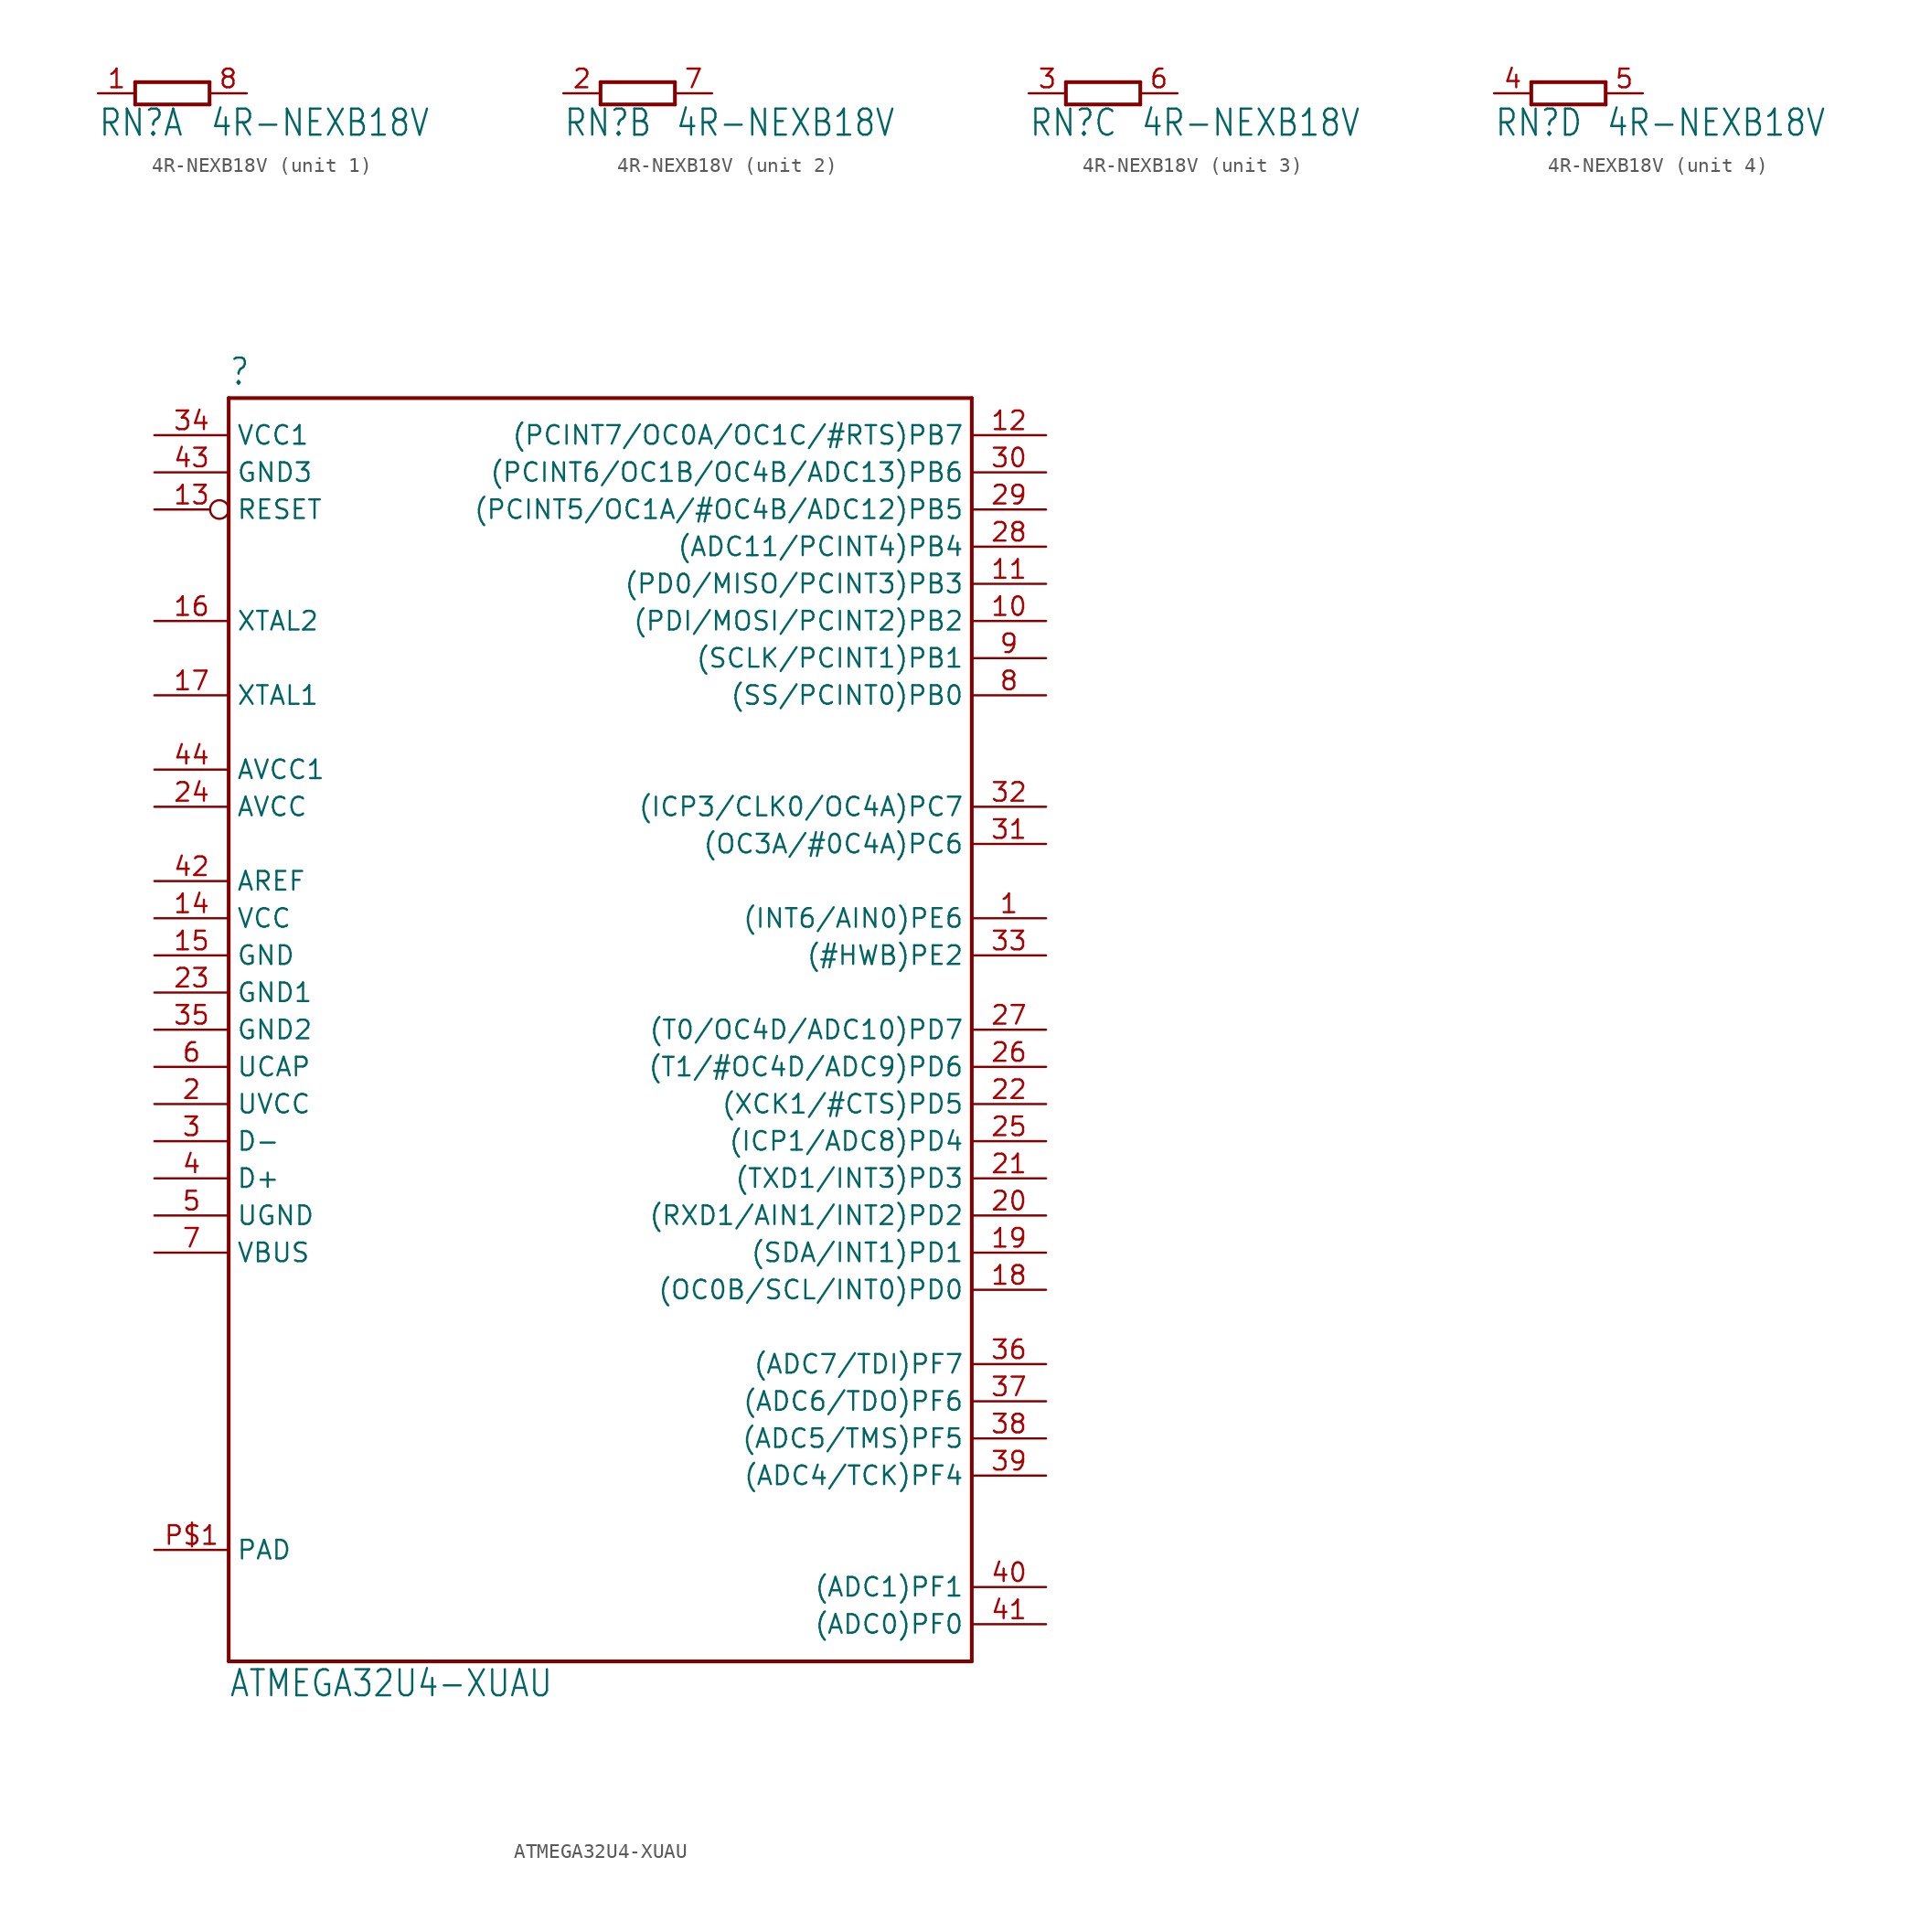
<source format=kicad_sym>
(kicad_symbol_lib
  (version 20211014)
  (generator kicad_symbol_editor)
  (symbol "4R-NEXB18V"
    (property "Reference" "RN"
      (at -5.08 -3.048 0)
      (effects (font (size 1.778 1.511)) (justify left bottom)))
    (property "Value" "4R-NEXB18V"
      (at 2.54 -3.048 0)
      (effects (font (size 1.778 1.511)) (justify left bottom)))
    (property "ki_locked" ""
      (at 0 0 0)
      (effects (font (size 1.27 1.27))))
    (symbol "4R-NEXB18V_1_0"
      (polyline (pts (xy -2.54 -0.762) (xy 2.54 -0.762)) (stroke (width 0.254) (type default) (color 0 0 0 0)) (fill (type none)))
      (polyline (pts (xy -2.54 0.762) (xy -2.54 -0.762)) (stroke (width 0.254) (type default) (color 0 0 0 0)) (fill (type none)))
      (polyline (pts (xy 2.54 -0.762) (xy 2.54 0.762)) (stroke (width 0.254) (type default) (color 0 0 0 0)) (fill (type none)))
      (polyline (pts (xy 2.54 0.762) (xy -2.54 0.762)) (stroke (width 0.254) (type default) (color 0 0 0 0)) (fill (type none)))
      (pin passive line (at -5.08 0 0) (length 2.54) (name "1" (effects (font (size 0 0)))) (number "1" (effects (font (size 1.27 1.27)))))
      (pin passive line (at 5.08 0 180) (length 2.54) (name "2" (effects (font (size 0 0)))) (number "8" (effects (font (size 1.27 1.27))))))
    (symbol "4R-NEXB18V_2_0"
      (polyline (pts (xy -2.54 -0.762) (xy 2.54 -0.762)) (stroke (width 0.254) (type default) (color 0 0 0 0)) (fill (type none)))
      (polyline (pts (xy -2.54 0.762) (xy -2.54 -0.762)) (stroke (width 0.254) (type default) (color 0 0 0 0)) (fill (type none)))
      (polyline (pts (xy 2.54 -0.762) (xy 2.54 0.762)) (stroke (width 0.254) (type default) (color 0 0 0 0)) (fill (type none)))
      (polyline (pts (xy 2.54 0.762) (xy -2.54 0.762)) (stroke (width 0.254) (type default) (color 0 0 0 0)) (fill (type none)))
      (pin passive line (at -5.08 0 0) (length 2.54) (name "1" (effects (font (size 0 0)))) (number "2" (effects (font (size 1.27 1.27)))))
      (pin passive line (at 5.08 0 180) (length 2.54) (name "2" (effects (font (size 0 0)))) (number "7" (effects (font (size 1.27 1.27))))))
    (symbol "4R-NEXB18V_3_0"
      (polyline (pts (xy -2.54 -0.762) (xy 2.54 -0.762)) (stroke (width 0.254) (type default) (color 0 0 0 0)) (fill (type none)))
      (polyline (pts (xy -2.54 0.762) (xy -2.54 -0.762)) (stroke (width 0.254) (type default) (color 0 0 0 0)) (fill (type none)))
      (polyline (pts (xy 2.54 -0.762) (xy 2.54 0.762)) (stroke (width 0.254) (type default) (color 0 0 0 0)) (fill (type none)))
      (polyline (pts (xy 2.54 0.762) (xy -2.54 0.762)) (stroke (width 0.254) (type default) (color 0 0 0 0)) (fill (type none)))
      (pin passive line (at -5.08 0 0) (length 2.54) (name "1" (effects (font (size 0 0)))) (number "3" (effects (font (size 1.27 1.27)))))
      (pin passive line (at 5.08 0 180) (length 2.54) (name "2" (effects (font (size 0 0)))) (number "6" (effects (font (size 1.27 1.27))))))
    (symbol "4R-NEXB18V_4_0"
      (polyline (pts (xy -2.54 -0.762) (xy 2.54 -0.762)) (stroke (width 0.254) (type default) (color 0 0 0 0)) (fill (type none)))
      (polyline (pts (xy -2.54 0.762) (xy -2.54 -0.762)) (stroke (width 0.254) (type default) (color 0 0 0 0)) (fill (type none)))
      (polyline (pts (xy 2.54 -0.762) (xy 2.54 0.762)) (stroke (width 0.254) (type default) (color 0 0 0 0)) (fill (type none)))
      (polyline (pts (xy 2.54 0.762) (xy -2.54 0.762)) (stroke (width 0.254) (type default) (color 0 0 0 0)) (fill (type none)))
      (pin passive line (at -5.08 0 0) (length 2.54) (name "1" (effects (font (size 0 0)))) (number "4" (effects (font (size 1.27 1.27)))))
      (pin passive line (at 5.08 0 180) (length 2.54) (name "2" (effects (font (size 0 0)))) (number "5" (effects (font (size 1.27 1.27)))))))
  (symbol "ATMEGA32U4-XUAU"
    (property "Reference" ""
      (at -20.32 26.162 0)
      (effects (font (size 1.778 1.511)) (justify left bottom)))
    (property "Value" "ATMEGA32U4-XUAU"
      (at -20.32 -63.5 0)
      (effects (font (size 1.778 1.511)) (justify left bottom)))
    (property "ki_locked" ""
      (at 0 0 0)
      (effects (font (size 1.27 1.27))))
    (symbol "ATMEGA32U4-XUAU_1_0"
      (polyline (pts (xy -20.32 -60.96) (xy -20.32 25.4)) (stroke (width 0.254) (type default) (color 0 0 0 0)) (fill (type none)))
      (polyline (pts (xy -20.32 25.4) (xy 30.48 25.4)) (stroke (width 0.254) (type default) (color 0 0 0 0)) (fill (type none)))
      (polyline (pts (xy 30.48 -60.96) (xy -20.32 -60.96)) (stroke (width 0.254) (type default) (color 0 0 0 0)) (fill (type none)))
      (polyline (pts (xy 30.48 25.4) (xy 30.48 -60.96)) (stroke (width 0.254) (type default) (color 0 0 0 0)) (fill (type none)))
      (pin bidirectional line (at 35.56 -10.16 180) (length 5.08) (name "(INT6/AIN0)PE6" (effects (font (size 1.27 1.27)))) (number "1" (effects (font (size 1.27 1.27)))))
      (pin bidirectional line (at 35.56 10.16 180) (length 5.08) (name "(PDI/MOSI/PCINT2)PB2" (effects (font (size 1.27 1.27)))) (number "10" (effects (font (size 1.27 1.27)))))
      (pin bidirectional line (at 35.56 12.7 180) (length 5.08) (name "(PD0/MISO/PCINT3)PB3" (effects (font (size 1.27 1.27)))) (number "11" (effects (font (size 1.27 1.27)))))
      (pin bidirectional line (at 35.56 22.86 180) (length 5.08) (name "(PCINT7/OC0A/OC1C/#RTS)PB7" (effects (font (size 1.27 1.27)))) (number "12" (effects (font (size 1.27 1.27)))))
      (pin input inverted (at -25.4 17.78 0) (length 5.08) (name "RESET" (effects (font (size 1.27 1.27)))) (number "13" (effects (font (size 1.27 1.27)))))
      (pin power_in line (at -25.4 -10.16 0) (length 5.08) (name "VCC" (effects (font (size 1.27 1.27)))) (number "14" (effects (font (size 1.27 1.27)))))
      (pin power_in line (at -25.4 -12.7 0) (length 5.08) (name "GND" (effects (font (size 1.27 1.27)))) (number "15" (effects (font (size 1.27 1.27)))))
      (pin bidirectional line (at -25.4 10.16 0) (length 5.08) (name "XTAL2" (effects (font (size 1.27 1.27)))) (number "16" (effects (font (size 1.27 1.27)))))
      (pin bidirectional line (at -25.4 5.08 0) (length 5.08) (name "XTAL1" (effects (font (size 1.27 1.27)))) (number "17" (effects (font (size 1.27 1.27)))))
      (pin bidirectional line (at 35.56 -35.56 180) (length 5.08) (name "(OC0B/SCL/INT0)PD0" (effects (font (size 1.27 1.27)))) (number "18" (effects (font (size 1.27 1.27)))))
      (pin bidirectional line (at 35.56 -33.02 180) (length 5.08) (name "(SDA/INT1)PD1" (effects (font (size 1.27 1.27)))) (number "19" (effects (font (size 1.27 1.27)))))
      (pin power_in line (at -25.4 -22.86 0) (length 5.08) (name "UVCC" (effects (font (size 1.27 1.27)))) (number "2" (effects (font (size 1.27 1.27)))))
      (pin bidirectional line (at 35.56 -30.48 180) (length 5.08) (name "(RXD1/AIN1/INT2)PD2" (effects (font (size 1.27 1.27)))) (number "20" (effects (font (size 1.27 1.27)))))
      (pin bidirectional line (at 35.56 -27.94 180) (length 5.08) (name "(TXD1/INT3)PD3" (effects (font (size 1.27 1.27)))) (number "21" (effects (font (size 1.27 1.27)))))
      (pin bidirectional line (at 35.56 -22.86 180) (length 5.08) (name "(XCK1/#CTS)PD5" (effects (font (size 1.27 1.27)))) (number "22" (effects (font (size 1.27 1.27)))))
      (pin power_in line (at -25.4 -15.24 0) (length 5.08) (name "GND1" (effects (font (size 1.27 1.27)))) (number "23" (effects (font (size 1.27 1.27)))))
      (pin power_in line (at -25.4 -2.54 0) (length 5.08) (name "AVCC" (effects (font (size 1.27 1.27)))) (number "24" (effects (font (size 1.27 1.27)))))
      (pin bidirectional line (at 35.56 -25.4 180) (length 5.08) (name "(ICP1/ADC8)PD4" (effects (font (size 1.27 1.27)))) (number "25" (effects (font (size 1.27 1.27)))))
      (pin bidirectional line (at 35.56 -20.32 180) (length 5.08) (name "(T1/#OC4D/ADC9)PD6" (effects (font (size 1.27 1.27)))) (number "26" (effects (font (size 1.27 1.27)))))
      (pin bidirectional line (at 35.56 -17.78 180) (length 5.08) (name "(T0/OC4D/ADC10)PD7" (effects (font (size 1.27 1.27)))) (number "27" (effects (font (size 1.27 1.27)))))
      (pin bidirectional line (at 35.56 15.24 180) (length 5.08) (name "(ADC11/PCINT4)PB4" (effects (font (size 1.27 1.27)))) (number "28" (effects (font (size 1.27 1.27)))))
      (pin bidirectional line (at 35.56 17.78 180) (length 5.08) (name "(PCINT5/OC1A/#OC4B/ADC12)PB5" (effects (font (size 1.27 1.27)))) (number "29" (effects (font (size 1.27 1.27)))))
      (pin bidirectional line (at -25.4 -25.4 0) (length 5.08) (name "D-" (effects (font (size 1.27 1.27)))) (number "3" (effects (font (size 1.27 1.27)))))
      (pin bidirectional line (at 35.56 20.32 180) (length 5.08) (name "(PCINT6/OC1B/OC4B/ADC13)PB6" (effects (font (size 1.27 1.27)))) (number "30" (effects (font (size 1.27 1.27)))))
      (pin bidirectional line (at 35.56 -5.08 180) (length 5.08) (name "(OC3A/#0C4A)PC6" (effects (font (size 1.27 1.27)))) (number "31" (effects (font (size 1.27 1.27)))))
      (pin bidirectional line (at 35.56 -2.54 180) (length 5.08) (name "(ICP3/CLK0/OC4A)PC7" (effects (font (size 1.27 1.27)))) (number "32" (effects (font (size 1.27 1.27)))))
      (pin bidirectional line (at 35.56 -12.7 180) (length 5.08) (name "(#HWB)PE2" (effects (font (size 1.27 1.27)))) (number "33" (effects (font (size 1.27 1.27)))))
      (pin power_in line (at -25.4 22.86 0) (length 5.08) (name "VCC1" (effects (font (size 1.27 1.27)))) (number "34" (effects (font (size 1.27 1.27)))))
      (pin power_in line (at -25.4 -17.78 0) (length 5.08) (name "GND2" (effects (font (size 1.27 1.27)))) (number "35" (effects (font (size 1.27 1.27)))))
      (pin bidirectional line (at 35.56 -40.64 180) (length 5.08) (name "(ADC7/TDI)PF7" (effects (font (size 1.27 1.27)))) (number "36" (effects (font (size 1.27 1.27)))))
      (pin bidirectional line (at 35.56 -43.18 180) (length 5.08) (name "(ADC6/TDO)PF6" (effects (font (size 1.27 1.27)))) (number "37" (effects (font (size 1.27 1.27)))))
      (pin bidirectional line (at 35.56 -45.72 180) (length 5.08) (name "(ADC5/TMS)PF5" (effects (font (size 1.27 1.27)))) (number "38" (effects (font (size 1.27 1.27)))))
      (pin bidirectional line (at 35.56 -48.26 180) (length 5.08) (name "(ADC4/TCK)PF4" (effects (font (size 1.27 1.27)))) (number "39" (effects (font (size 1.27 1.27)))))
      (pin bidirectional line (at -25.4 -27.94 0) (length 5.08) (name "D+" (effects (font (size 1.27 1.27)))) (number "4" (effects (font (size 1.27 1.27)))))
      (pin bidirectional line (at 35.56 -55.88 180) (length 5.08) (name "(ADC1)PF1" (effects (font (size 1.27 1.27)))) (number "40" (effects (font (size 1.27 1.27)))))
      (pin bidirectional line (at 35.56 -58.42 180) (length 5.08) (name "(ADC0)PF0" (effects (font (size 1.27 1.27)))) (number "41" (effects (font (size 1.27 1.27)))))
      (pin power_in line (at -25.4 -7.62 0) (length 5.08) (name "AREF" (effects (font (size 1.27 1.27)))) (number "42" (effects (font (size 1.27 1.27)))))
      (pin power_in line (at -25.4 20.32 0) (length 5.08) (name "GND3" (effects (font (size 1.27 1.27)))) (number "43" (effects (font (size 1.27 1.27)))))
      (pin power_in line (at -25.4 0 0) (length 5.08) (name "AVCC1" (effects (font (size 1.27 1.27)))) (number "44" (effects (font (size 1.27 1.27)))))
      (pin power_in line (at -25.4 -30.48 0) (length 5.08) (name "UGND" (effects (font (size 1.27 1.27)))) (number "5" (effects (font (size 1.27 1.27)))))
      (pin passive line (at -25.4 -20.32 0) (length 5.08) (name "UCAP" (effects (font (size 1.27 1.27)))) (number "6" (effects (font (size 1.27 1.27)))))
      (pin input line (at -25.4 -33.02 0) (length 5.08) (name "VBUS" (effects (font (size 1.27 1.27)))) (number "7" (effects (font (size 1.27 1.27)))))
      (pin bidirectional line (at 35.56 5.08 180) (length 5.08) (name "(SS/PCINT0)PB0" (effects (font (size 1.27 1.27)))) (number "8" (effects (font (size 1.27 1.27)))))
      (pin bidirectional line (at 35.56 7.62 180) (length 5.08) (name "(SCLK/PCINT1)PB1" (effects (font (size 1.27 1.27)))) (number "9" (effects (font (size 1.27 1.27)))))
      (pin power_in line (at -25.4 -53.34 0) (length 5.08) (name "PAD" (effects (font (size 1.27 1.27)))) (number "P$1" (effects (font (size 1.27 1.27))))))))
</source>
